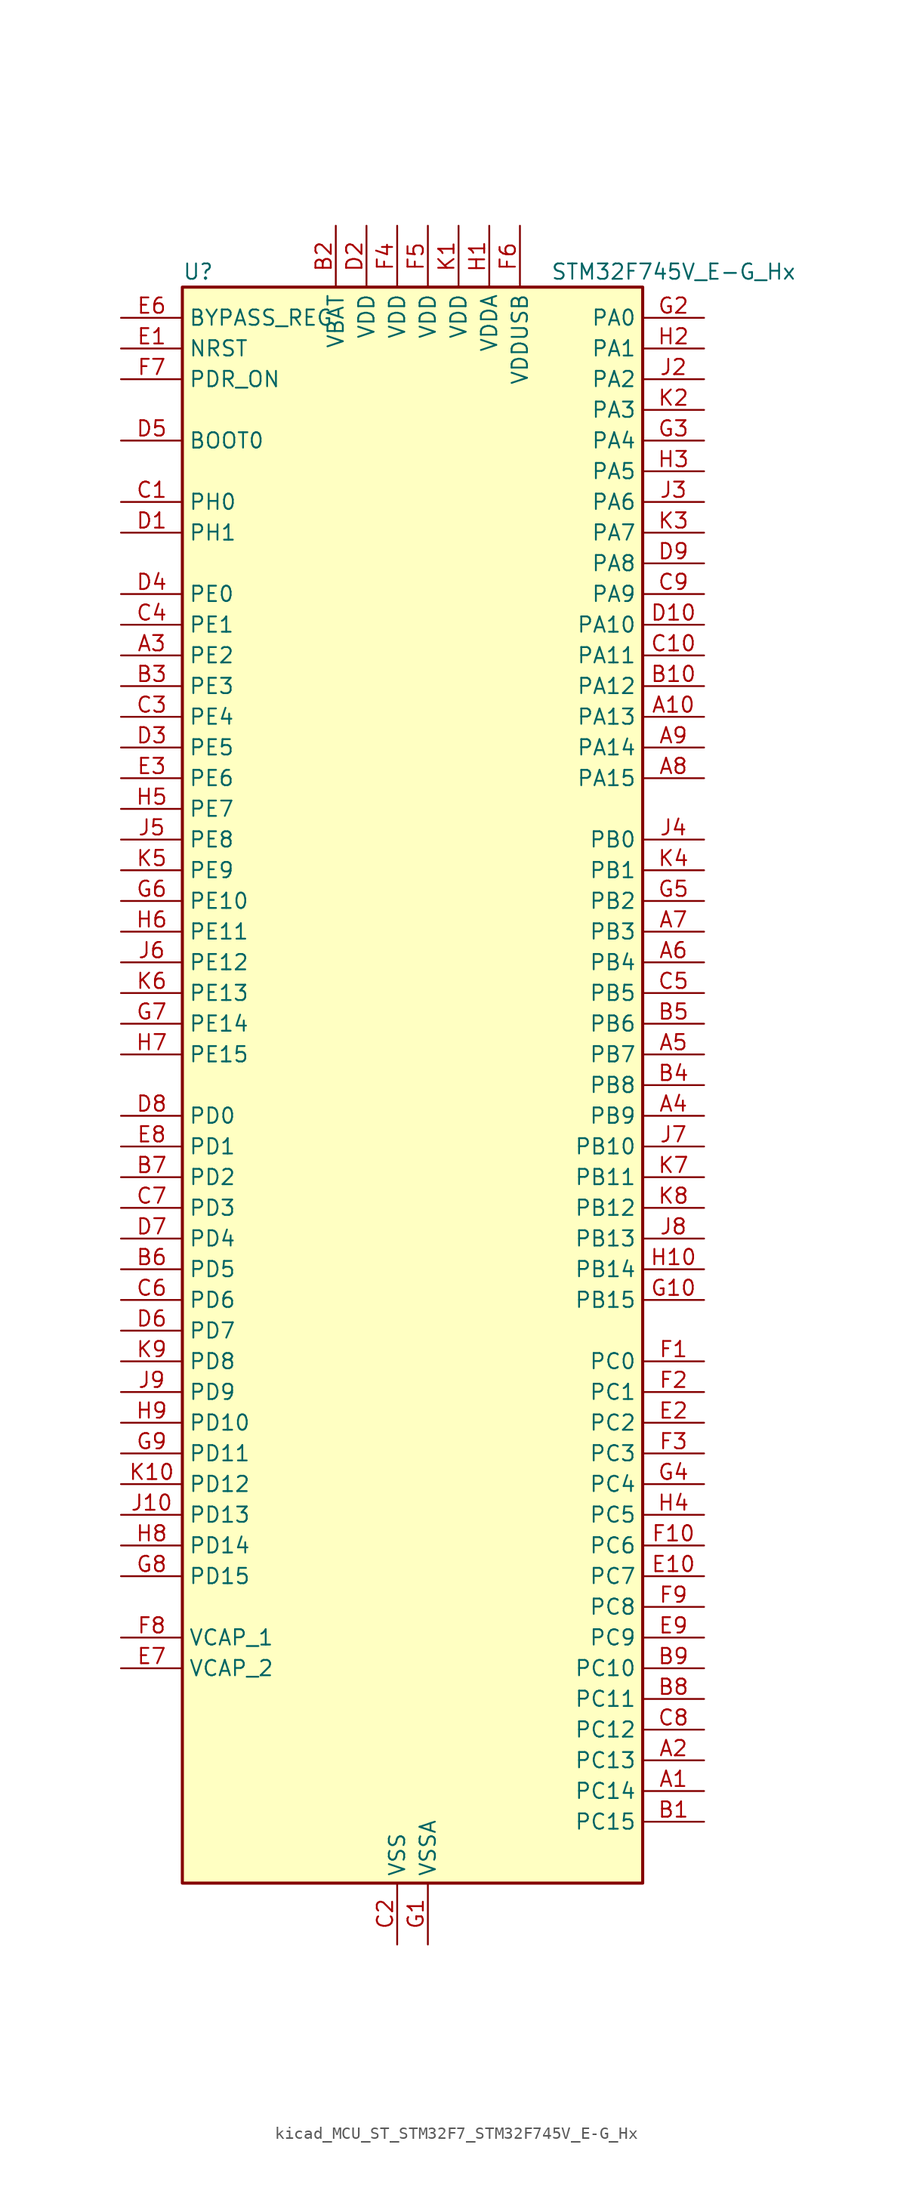
<source format=kicad_sym>
(kicad_symbol_lib
  (version 20220914)
  (generator kicad_symbol_editor)
  (symbol "kicad_MCU_ST_STM32F7_STM32F745V_E-G_Hx"
    (property "Reference" "U"
      (at -17.78 67.31 0)
      (effects (font (size 1.27 1.27)) (justify left)))
    (property "Value" "STM32F745V_E-G_Hx"
      (at 12.7 67.31 0)
      (effects (font (size 1.27 1.27)) (justify left)))
    (property "ki_locked" ""
      (at 0 0 0)
      (effects (font (size 1.27 1.27))))
    (symbol "kicad_MCU_ST_STM32F7_STM32F745V_E-G_Hx_0_1"
      (rectangle (start -17.78 -66.04) (end 20.32 66.04) (stroke (width 0.254) (type default)) (fill (type background))))
    (symbol "kicad_MCU_ST_STM32F7_STM32F745V_E-G_Hx_1_1"
      (pin bidirectional line (at 25.4 -58.42 180) (length 5.08) (name "PC14" (effects (font (size 1.27 1.27)))) (number "A1" (effects (font (size 1.27 1.27)))) (alternate "RCC_OSC32_IN" bidirectional line))
      (pin bidirectional line (at 25.4 30.48 180) (length 5.08) (name "PA13" (effects (font (size 1.27 1.27)))) (number "A10" (effects (font (size 1.27 1.27)))) (alternate "SYS_JTMS-SWDIO" bidirectional line))
      (pin bidirectional line (at 25.4 -55.88 180) (length 5.08) (name "PC13" (effects (font (size 1.27 1.27)))) (number "A2" (effects (font (size 1.27 1.27)))) (alternate "RTC_OUT" bidirectional line) (alternate "RTC_TAMP1" bidirectional line) (alternate "RTC_TS" bidirectional line) (alternate "SYS_WKUP4" bidirectional line))
      (pin bidirectional line (at -22.86 35.56 0) (length 5.08) (name "PE2" (effects (font (size 1.27 1.27)))) (number "A3" (effects (font (size 1.27 1.27)))) (alternate "ETH_TXD3" bidirectional line) (alternate "FMC_A23" bidirectional line) (alternate "QUADSPI_BK1_IO2" bidirectional line) (alternate "SAI1_MCLK_A" bidirectional line) (alternate "SPI4_SCK" bidirectional line) (alternate "SYS_TRACECLK" bidirectional line))
      (pin bidirectional line (at 25.4 -2.54 180) (length 5.08) (name "PB9" (effects (font (size 1.27 1.27)))) (number "A4" (effects (font (size 1.27 1.27)))) (alternate "CAN1_TX" bidirectional line) (alternate "DAC_EXTI9" bidirectional line) (alternate "DCMI_D7" bidirectional line) (alternate "I2C1_SDA" bidirectional line) (alternate "I2S2_WS" bidirectional line) (alternate "SDMMC1_D5" bidirectional line) (alternate "SPI2_NSS" bidirectional line) (alternate "TIM11_CH1" bidirectional line) (alternate "TIM4_CH4" bidirectional line))
      (pin bidirectional line (at 25.4 2.54 180) (length 5.08) (name "PB7" (effects (font (size 1.27 1.27)))) (number "A5" (effects (font (size 1.27 1.27)))) (alternate "DCMI_VSYNC" bidirectional line) (alternate "FMC_NL" bidirectional line) (alternate "I2C1_SDA" bidirectional line) (alternate "TIM4_CH2" bidirectional line) (alternate "USART1_RX" bidirectional line))
      (pin bidirectional line (at 25.4 10.16 180) (length 5.08) (name "PB4" (effects (font (size 1.27 1.27)))) (number "A6" (effects (font (size 1.27 1.27)))) (alternate "I2S2_WS" bidirectional line) (alternate "SPI1_MISO" bidirectional line) (alternate "SPI2_NSS" bidirectional line) (alternate "SPI3_MISO" bidirectional line) (alternate "SYS_JTRST" bidirectional line) (alternate "TIM3_CH1" bidirectional line))
      (pin bidirectional line (at 25.4 12.7 180) (length 5.08) (name "PB3" (effects (font (size 1.27 1.27)))) (number "A7" (effects (font (size 1.27 1.27)))) (alternate "I2S1_CK" bidirectional line) (alternate "I2S3_CK" bidirectional line) (alternate "SPI1_SCK" bidirectional line) (alternate "SPI3_SCK" bidirectional line) (alternate "SYS_JTDO-SWO" bidirectional line) (alternate "TIM2_CH2" bidirectional line))
      (pin bidirectional line (at 25.4 25.4 180) (length 5.08) (name "PA15" (effects (font (size 1.27 1.27)))) (number "A8" (effects (font (size 1.27 1.27)))) (alternate "CEC" bidirectional line) (alternate "I2S1_WS" bidirectional line) (alternate "I2S3_WS" bidirectional line) (alternate "SPI1_NSS" bidirectional line) (alternate "SPI3_NSS" bidirectional line) (alternate "SYS_JTDI" bidirectional line) (alternate "TIM2_CH1" bidirectional line) (alternate "TIM2_ETR" bidirectional line) (alternate "UART4_DE" bidirectional line) (alternate "UART4_RTS" bidirectional line))
      (pin bidirectional line (at 25.4 27.94 180) (length 5.08) (name "PA14" (effects (font (size 1.27 1.27)))) (number "A9" (effects (font (size 1.27 1.27)))) (alternate "SYS_JTCK-SWCLK" bidirectional line))
      (pin bidirectional line (at 25.4 -60.96 180) (length 5.08) (name "PC15" (effects (font (size 1.27 1.27)))) (number "B1" (effects (font (size 1.27 1.27)))) (alternate "RCC_OSC32_OUT" bidirectional line))
      (pin bidirectional line (at 25.4 33.02 180) (length 5.08) (name "PA12" (effects (font (size 1.27 1.27)))) (number "B10" (effects (font (size 1.27 1.27)))) (alternate "CAN1_TX" bidirectional line) (alternate "SAI2_FS_B" bidirectional line) (alternate "TIM1_ETR" bidirectional line) (alternate "USART1_DE" bidirectional line) (alternate "USART1_RTS" bidirectional line) (alternate "USB_OTG_FS_DP" bidirectional line))
      (pin power_in line (at -5.08 71.12 270) (length 5.08) (name "VBAT" (effects (font (size 1.27 1.27)))) (number "B2" (effects (font (size 1.27 1.27)))))
      (pin bidirectional line (at -22.86 33.02 0) (length 5.08) (name "PE3" (effects (font (size 1.27 1.27)))) (number "B3" (effects (font (size 1.27 1.27)))) (alternate "FMC_A19" bidirectional line) (alternate "SAI1_SD_B" bidirectional line) (alternate "SYS_TRACED0" bidirectional line))
      (pin bidirectional line (at 25.4 0 180) (length 5.08) (name "PB8" (effects (font (size 1.27 1.27)))) (number "B4" (effects (font (size 1.27 1.27)))) (alternate "CAN1_RX" bidirectional line) (alternate "DCMI_D6" bidirectional line) (alternate "ETH_TXD3" bidirectional line) (alternate "I2C1_SCL" bidirectional line) (alternate "SDMMC1_D4" bidirectional line) (alternate "TIM10_CH1" bidirectional line) (alternate "TIM4_CH3" bidirectional line))
      (pin bidirectional line (at 25.4 5.08 180) (length 5.08) (name "PB6" (effects (font (size 1.27 1.27)))) (number "B5" (effects (font (size 1.27 1.27)))) (alternate "CAN2_TX" bidirectional line) (alternate "CEC" bidirectional line) (alternate "DCMI_D5" bidirectional line) (alternate "FMC_SDNE1" bidirectional line) (alternate "I2C1_SCL" bidirectional line) (alternate "QUADSPI_BK1_NCS" bidirectional line) (alternate "TIM4_CH1" bidirectional line) (alternate "USART1_TX" bidirectional line))
      (pin bidirectional line (at -22.86 -15.24 0) (length 5.08) (name "PD5" (effects (font (size 1.27 1.27)))) (number "B6" (effects (font (size 1.27 1.27)))) (alternate "FMC_NWE" bidirectional line) (alternate "USART2_TX" bidirectional line))
      (pin bidirectional line (at -22.86 -7.62 0) (length 5.08) (name "PD2" (effects (font (size 1.27 1.27)))) (number "B7" (effects (font (size 1.27 1.27)))) (alternate "DCMI_D11" bidirectional line) (alternate "SDMMC1_CMD" bidirectional line) (alternate "SYS_TRACED2" bidirectional line) (alternate "TIM3_ETR" bidirectional line) (alternate "UART5_RX" bidirectional line))
      (pin bidirectional line (at 25.4 -50.8 180) (length 5.08) (name "PC11" (effects (font (size 1.27 1.27)))) (number "B8" (effects (font (size 1.27 1.27)))) (alternate "ADC1_EXTI11" bidirectional line) (alternate "ADC2_EXTI11" bidirectional line) (alternate "ADC3_EXTI11" bidirectional line) (alternate "DCMI_D4" bidirectional line) (alternate "QUADSPI_BK2_NCS" bidirectional line) (alternate "SDMMC1_D3" bidirectional line) (alternate "SPI3_MISO" bidirectional line) (alternate "UART4_RX" bidirectional line) (alternate "USART3_RX" bidirectional line))
      (pin bidirectional line (at 25.4 -48.26 180) (length 5.08) (name "PC10" (effects (font (size 1.27 1.27)))) (number "B9" (effects (font (size 1.27 1.27)))) (alternate "DCMI_D8" bidirectional line) (alternate "I2S3_CK" bidirectional line) (alternate "QUADSPI_BK1_IO1" bidirectional line) (alternate "SDMMC1_D2" bidirectional line) (alternate "SPI3_SCK" bidirectional line) (alternate "UART4_TX" bidirectional line) (alternate "USART3_TX" bidirectional line))
      (pin bidirectional line (at -22.86 48.26 0) (length 5.08) (name "PH0" (effects (font (size 1.27 1.27)))) (number "C1" (effects (font (size 1.27 1.27)))) (alternate "RCC_OSC_IN" bidirectional line))
      (pin bidirectional line (at 25.4 35.56 180) (length 5.08) (name "PA11" (effects (font (size 1.27 1.27)))) (number "C10" (effects (font (size 1.27 1.27)))) (alternate "ADC1_EXTI11" bidirectional line) (alternate "ADC2_EXTI11" bidirectional line) (alternate "ADC3_EXTI11" bidirectional line) (alternate "CAN1_RX" bidirectional line) (alternate "TIM1_CH4" bidirectional line) (alternate "USART1_CTS" bidirectional line) (alternate "USB_OTG_FS_DM" bidirectional line))
      (pin power_in line (at 0 -71.12 90) (length 5.08) (name "VSS" (effects (font (size 1.27 1.27)))) (number "C2" (effects (font (size 1.27 1.27)))))
      (pin bidirectional line (at -22.86 30.48 0) (length 5.08) (name "PE4" (effects (font (size 1.27 1.27)))) (number "C3" (effects (font (size 1.27 1.27)))) (alternate "DCMI_D4" bidirectional line) (alternate "FMC_A20" bidirectional line) (alternate "SAI1_FS_A" bidirectional line) (alternate "SPI4_NSS" bidirectional line) (alternate "SYS_TRACED1" bidirectional line))
      (pin bidirectional line (at -22.86 38.1 0) (length 5.08) (name "PE1" (effects (font (size 1.27 1.27)))) (number "C4" (effects (font (size 1.27 1.27)))) (alternate "DCMI_D3" bidirectional line) (alternate "FMC_NBL1" bidirectional line) (alternate "LPTIM1_IN2" bidirectional line) (alternate "UART8_TX" bidirectional line))
      (pin bidirectional line (at 25.4 7.62 180) (length 5.08) (name "PB5" (effects (font (size 1.27 1.27)))) (number "C5" (effects (font (size 1.27 1.27)))) (alternate "CAN2_RX" bidirectional line) (alternate "DCMI_D10" bidirectional line) (alternate "ETH_PPS_OUT" bidirectional line) (alternate "FMC_SDCKE1" bidirectional line) (alternate "I2C1_SMBA" bidirectional line) (alternate "I2S1_SD" bidirectional line) (alternate "I2S3_SD" bidirectional line) (alternate "SPI1_MOSI" bidirectional line) (alternate "SPI3_MOSI" bidirectional line) (alternate "TIM3_CH2" bidirectional line) (alternate "USB_OTG_HS_ULPI_D7" bidirectional line))
      (pin bidirectional line (at -22.86 -17.78 0) (length 5.08) (name "PD6" (effects (font (size 1.27 1.27)))) (number "C6" (effects (font (size 1.27 1.27)))) (alternate "DCMI_D10" bidirectional line) (alternate "FMC_NWAIT" bidirectional line) (alternate "I2S3_SD" bidirectional line) (alternate "SAI1_SD_A" bidirectional line) (alternate "SPI3_MOSI" bidirectional line) (alternate "USART2_RX" bidirectional line))
      (pin bidirectional line (at -22.86 -10.16 0) (length 5.08) (name "PD3" (effects (font (size 1.27 1.27)))) (number "C7" (effects (font (size 1.27 1.27)))) (alternate "DCMI_D5" bidirectional line) (alternate "FMC_CLK" bidirectional line) (alternate "I2S2_CK" bidirectional line) (alternate "SPI2_SCK" bidirectional line) (alternate "USART2_CTS" bidirectional line))
      (pin bidirectional line (at 25.4 -53.34 180) (length 5.08) (name "PC12" (effects (font (size 1.27 1.27)))) (number "C8" (effects (font (size 1.27 1.27)))) (alternate "DCMI_D9" bidirectional line) (alternate "I2S3_SD" bidirectional line) (alternate "SDMMC1_CK" bidirectional line) (alternate "SPI3_MOSI" bidirectional line) (alternate "SYS_TRACED3" bidirectional line) (alternate "UART5_TX" bidirectional line) (alternate "USART3_CK" bidirectional line))
      (pin bidirectional line (at 25.4 40.64 180) (length 5.08) (name "PA9" (effects (font (size 1.27 1.27)))) (number "C9" (effects (font (size 1.27 1.27)))) (alternate "DAC_EXTI9" bidirectional line) (alternate "DCMI_D0" bidirectional line) (alternate "I2C3_SMBA" bidirectional line) (alternate "I2S2_CK" bidirectional line) (alternate "SPI2_SCK" bidirectional line) (alternate "TIM1_CH2" bidirectional line) (alternate "USART1_TX" bidirectional line) (alternate "USB_OTG_FS_VBUS" bidirectional line))
      (pin bidirectional line (at -22.86 45.72 0) (length 5.08) (name "PH1" (effects (font (size 1.27 1.27)))) (number "D1" (effects (font (size 1.27 1.27)))) (alternate "RCC_OSC_OUT" bidirectional line))
      (pin bidirectional line (at 25.4 38.1 180) (length 5.08) (name "PA10" (effects (font (size 1.27 1.27)))) (number "D10" (effects (font (size 1.27 1.27)))) (alternate "DCMI_D1" bidirectional line) (alternate "TIM1_CH3" bidirectional line) (alternate "USART1_RX" bidirectional line) (alternate "USB_OTG_FS_ID" bidirectional line))
      (pin power_in line (at -2.54 71.12 270) (length 5.08) (name "VDD" (effects (font (size 1.27 1.27)))) (number "D2" (effects (font (size 1.27 1.27)))))
      (pin bidirectional line (at -22.86 27.94 0) (length 5.08) (name "PE5" (effects (font (size 1.27 1.27)))) (number "D3" (effects (font (size 1.27 1.27)))) (alternate "DCMI_D6" bidirectional line) (alternate "FMC_A21" bidirectional line) (alternate "SAI1_SCK_A" bidirectional line) (alternate "SPI4_MISO" bidirectional line) (alternate "SYS_TRACED2" bidirectional line) (alternate "TIM9_CH1" bidirectional line))
      (pin bidirectional line (at -22.86 40.64 0) (length 5.08) (name "PE0" (effects (font (size 1.27 1.27)))) (number "D4" (effects (font (size 1.27 1.27)))) (alternate "DCMI_D2" bidirectional line) (alternate "FMC_NBL0" bidirectional line) (alternate "LPTIM1_ETR" bidirectional line) (alternate "SAI2_MCLK_A" bidirectional line) (alternate "TIM4_ETR" bidirectional line) (alternate "UART8_RX" bidirectional line))
      (pin input line (at -22.86 53.34 0) (length 5.08) (name "BOOT0" (effects (font (size 1.27 1.27)))) (number "D5" (effects (font (size 1.27 1.27)))))
      (pin bidirectional line (at -22.86 -20.32 0) (length 5.08) (name "PD7" (effects (font (size 1.27 1.27)))) (number "D6" (effects (font (size 1.27 1.27)))) (alternate "FMC_NE1" bidirectional line) (alternate "SPDIFRX_IN0" bidirectional line) (alternate "USART2_CK" bidirectional line))
      (pin bidirectional line (at -22.86 -12.7 0) (length 5.08) (name "PD4" (effects (font (size 1.27 1.27)))) (number "D7" (effects (font (size 1.27 1.27)))) (alternate "FMC_NOE" bidirectional line) (alternate "USART2_DE" bidirectional line) (alternate "USART2_RTS" bidirectional line))
      (pin bidirectional line (at -22.86 -2.54 0) (length 5.08) (name "PD0" (effects (font (size 1.27 1.27)))) (number "D8" (effects (font (size 1.27 1.27)))) (alternate "CAN1_RX" bidirectional line) (alternate "FMC_D2" bidirectional line) (alternate "FMC_DA2" bidirectional line))
      (pin bidirectional line (at 25.4 43.18 180) (length 5.08) (name "PA8" (effects (font (size 1.27 1.27)))) (number "D9" (effects (font (size 1.27 1.27)))) (alternate "I2C3_SCL" bidirectional line) (alternate "RCC_MCO_1" bidirectional line) (alternate "TIM1_CH1" bidirectional line) (alternate "TIM8_BKIN2" bidirectional line) (alternate "USART1_CK" bidirectional line) (alternate "USB_OTG_FS_SOF" bidirectional line))
      (pin input line (at -22.86 60.96 0) (length 5.08) (name "NRST" (effects (font (size 1.27 1.27)))) (number "E1" (effects (font (size 1.27 1.27)))))
      (pin bidirectional line (at 25.4 -40.64 180) (length 5.08) (name "PC7" (effects (font (size 1.27 1.27)))) (number "E10" (effects (font (size 1.27 1.27)))) (alternate "DCMI_D1" bidirectional line) (alternate "I2S3_MCK" bidirectional line) (alternate "SDMMC1_D7" bidirectional line) (alternate "TIM3_CH2" bidirectional line) (alternate "TIM8_CH2" bidirectional line) (alternate "USART6_RX" bidirectional line))
      (pin bidirectional line (at 25.4 -27.94 180) (length 5.08) (name "PC2" (effects (font (size 1.27 1.27)))) (number "E2" (effects (font (size 1.27 1.27)))) (alternate "ADC1_IN12" bidirectional line) (alternate "ADC2_IN12" bidirectional line) (alternate "ADC3_IN12" bidirectional line) (alternate "ETH_TXD2" bidirectional line) (alternate "FMC_SDNE0" bidirectional line) (alternate "SPI2_MISO" bidirectional line) (alternate "USB_OTG_HS_ULPI_DIR" bidirectional line))
      (pin bidirectional line (at -22.86 25.4 0) (length 5.08) (name "PE6" (effects (font (size 1.27 1.27)))) (number "E3" (effects (font (size 1.27 1.27)))) (alternate "DCMI_D7" bidirectional line) (alternate "FMC_A22" bidirectional line) (alternate "SAI1_SD_A" bidirectional line) (alternate "SAI2_MCLK_B" bidirectional line) (alternate "SPI4_MOSI" bidirectional line) (alternate "SYS_TRACED3" bidirectional line) (alternate "TIM1_BKIN2" bidirectional line) (alternate "TIM9_CH2" bidirectional line))
      (pin passive line (at 0 -71.12 90) (length 5.08) hide (name "VSS" (effects (font (size 1.27 1.27)))) (number "E4" (effects (font (size 1.27 1.27)))))
      (pin passive line (at 0 -71.12 90) (length 5.08) hide (name "VSS" (effects (font (size 1.27 1.27)))) (number "E5" (effects (font (size 1.27 1.27)))))
      (pin input line (at -22.86 63.5 0) (length 5.08) (name "BYPASS_REG" (effects (font (size 1.27 1.27)))) (number "E6" (effects (font (size 1.27 1.27)))))
      (pin power_out line (at -22.86 -48.26 0) (length 5.08) (name "VCAP_2" (effects (font (size 1.27 1.27)))) (number "E7" (effects (font (size 1.27 1.27)))))
      (pin bidirectional line (at -22.86 -5.08 0) (length 5.08) (name "PD1" (effects (font (size 1.27 1.27)))) (number "E8" (effects (font (size 1.27 1.27)))) (alternate "CAN1_TX" bidirectional line) (alternate "FMC_D3" bidirectional line) (alternate "FMC_DA3" bidirectional line))
      (pin bidirectional line (at 25.4 -45.72 180) (length 5.08) (name "PC9" (effects (font (size 1.27 1.27)))) (number "E9" (effects (font (size 1.27 1.27)))) (alternate "DAC_EXTI9" bidirectional line) (alternate "DCMI_D3" bidirectional line) (alternate "I2C3_SDA" bidirectional line) (alternate "I2S_CKIN" bidirectional line) (alternate "QUADSPI_BK1_IO0" bidirectional line) (alternate "RCC_MCO_2" bidirectional line) (alternate "SDMMC1_D1" bidirectional line) (alternate "TIM3_CH4" bidirectional line) (alternate "TIM8_CH4" bidirectional line) (alternate "UART5_CTS" bidirectional line))
      (pin bidirectional line (at 25.4 -22.86 180) (length 5.08) (name "PC0" (effects (font (size 1.27 1.27)))) (number "F1" (effects (font (size 1.27 1.27)))) (alternate "ADC1_IN10" bidirectional line) (alternate "ADC2_IN10" bidirectional line) (alternate "ADC3_IN10" bidirectional line) (alternate "FMC_SDNWE" bidirectional line) (alternate "SAI2_FS_B" bidirectional line) (alternate "USB_OTG_HS_ULPI_STP" bidirectional line))
      (pin bidirectional line (at 25.4 -38.1 180) (length 5.08) (name "PC6" (effects (font (size 1.27 1.27)))) (number "F10" (effects (font (size 1.27 1.27)))) (alternate "DCMI_D0" bidirectional line) (alternate "I2S2_MCK" bidirectional line) (alternate "SDMMC1_D6" bidirectional line) (alternate "TIM3_CH1" bidirectional line) (alternate "TIM8_CH1" bidirectional line) (alternate "USART6_TX" bidirectional line))
      (pin bidirectional line (at 25.4 -25.4 180) (length 5.08) (name "PC1" (effects (font (size 1.27 1.27)))) (number "F2" (effects (font (size 1.27 1.27)))) (alternate "ADC1_IN11" bidirectional line) (alternate "ADC2_IN11" bidirectional line) (alternate "ADC3_IN11" bidirectional line) (alternate "ETH_MDC" bidirectional line) (alternate "I2S2_SD" bidirectional line) (alternate "RTC_TAMP3" bidirectional line) (alternate "RTC_TS" bidirectional line) (alternate "SAI1_SD_A" bidirectional line) (alternate "SPI2_MOSI" bidirectional line) (alternate "SYS_TRACED0" bidirectional line) (alternate "SYS_WKUP3" bidirectional line))
      (pin bidirectional line (at 25.4 -30.48 180) (length 5.08) (name "PC3" (effects (font (size 1.27 1.27)))) (number "F3" (effects (font (size 1.27 1.27)))) (alternate "ADC1_IN13" bidirectional line) (alternate "ADC2_IN13" bidirectional line) (alternate "ADC3_IN13" bidirectional line) (alternate "ETH_TX_CLK" bidirectional line) (alternate "FMC_SDCKE0" bidirectional line) (alternate "I2S2_SD" bidirectional line) (alternate "SPI2_MOSI" bidirectional line) (alternate "USB_OTG_HS_ULPI_NXT" bidirectional line))
      (pin power_in line (at 0 71.12 270) (length 5.08) (name "VDD" (effects (font (size 1.27 1.27)))) (number "F4" (effects (font (size 1.27 1.27)))))
      (pin power_in line (at 2.54 71.12 270) (length 5.08) (name "VDD" (effects (font (size 1.27 1.27)))) (number "F5" (effects (font (size 1.27 1.27)))))
      (pin power_in line (at 10.16 71.12 270) (length 5.08) (name "VDDUSB" (effects (font (size 1.27 1.27)))) (number "F6" (effects (font (size 1.27 1.27)))))
      (pin input line (at -22.86 58.42 0) (length 5.08) (name "PDR_ON" (effects (font (size 1.27 1.27)))) (number "F7" (effects (font (size 1.27 1.27)))))
      (pin power_out line (at -22.86 -45.72 0) (length 5.08) (name "VCAP_1" (effects (font (size 1.27 1.27)))) (number "F8" (effects (font (size 1.27 1.27)))))
      (pin bidirectional line (at 25.4 -43.18 180) (length 5.08) (name "PC8" (effects (font (size 1.27 1.27)))) (number "F9" (effects (font (size 1.27 1.27)))) (alternate "DCMI_D2" bidirectional line) (alternate "SDMMC1_D0" bidirectional line) (alternate "SYS_TRACED1" bidirectional line) (alternate "TIM3_CH3" bidirectional line) (alternate "TIM8_CH3" bidirectional line) (alternate "UART5_DE" bidirectional line) (alternate "UART5_RTS" bidirectional line) (alternate "USART6_CK" bidirectional line))
      (pin power_in line (at 2.54 -71.12 90) (length 5.08) (name "VSSA" (effects (font (size 1.27 1.27)))) (number "G1" (effects (font (size 1.27 1.27)))))
      (pin bidirectional line (at 25.4 -17.78 180) (length 5.08) (name "PB15" (effects (font (size 1.27 1.27)))) (number "G10" (effects (font (size 1.27 1.27)))) (alternate "I2S2_SD" bidirectional line) (alternate "RTC_REFIN" bidirectional line) (alternate "SPI2_MOSI" bidirectional line) (alternate "TIM12_CH2" bidirectional line) (alternate "TIM1_CH3N" bidirectional line) (alternate "TIM8_CH3N" bidirectional line) (alternate "USB_OTG_HS_DP" bidirectional line))
      (pin bidirectional line (at 25.4 63.5 180) (length 5.08) (name "PA0" (effects (font (size 1.27 1.27)))) (number "G2" (effects (font (size 1.27 1.27)))) (alternate "ADC1_IN0" bidirectional line) (alternate "ADC2_IN0" bidirectional line) (alternate "ADC3_IN0" bidirectional line) (alternate "ETH_CRS" bidirectional line) (alternate "SAI2_SD_B" bidirectional line) (alternate "SYS_WKUP1" bidirectional line) (alternate "TIM2_CH1" bidirectional line) (alternate "TIM2_ETR" bidirectional line) (alternate "TIM5_CH1" bidirectional line) (alternate "TIM8_ETR" bidirectional line) (alternate "UART4_TX" bidirectional line) (alternate "USART2_CTS" bidirectional line))
      (pin bidirectional line (at 25.4 53.34 180) (length 5.08) (name "PA4" (effects (font (size 1.27 1.27)))) (number "G3" (effects (font (size 1.27 1.27)))) (alternate "ADC1_IN4" bidirectional line) (alternate "ADC2_IN4" bidirectional line) (alternate "DAC_OUT1" bidirectional line) (alternate "DCMI_HSYNC" bidirectional line) (alternate "I2S1_WS" bidirectional line) (alternate "I2S3_WS" bidirectional line) (alternate "SPI1_NSS" bidirectional line) (alternate "SPI3_NSS" bidirectional line) (alternate "USART2_CK" bidirectional line) (alternate "USB_OTG_HS_SOF" bidirectional line))
      (pin bidirectional line (at 25.4 -33.02 180) (length 5.08) (name "PC4" (effects (font (size 1.27 1.27)))) (number "G4" (effects (font (size 1.27 1.27)))) (alternate "ADC1_IN14" bidirectional line) (alternate "ADC2_IN14" bidirectional line) (alternate "ETH_RXD0" bidirectional line) (alternate "FMC_SDNE0" bidirectional line) (alternate "I2S1_MCK" bidirectional line) (alternate "SPDIFRX_IN2" bidirectional line))
      (pin bidirectional line (at 25.4 15.24 180) (length 5.08) (name "PB2" (effects (font (size 1.27 1.27)))) (number "G5" (effects (font (size 1.27 1.27)))) (alternate "I2S3_SD" bidirectional line) (alternate "QUADSPI_CLK" bidirectional line) (alternate "SAI1_SD_A" bidirectional line) (alternate "SPI3_MOSI" bidirectional line))
      (pin bidirectional line (at -22.86 15.24 0) (length 5.08) (name "PE10" (effects (font (size 1.27 1.27)))) (number "G6" (effects (font (size 1.27 1.27)))) (alternate "FMC_D7" bidirectional line) (alternate "FMC_DA7" bidirectional line) (alternate "QUADSPI_BK2_IO3" bidirectional line) (alternate "TIM1_CH2N" bidirectional line) (alternate "UART7_CTS" bidirectional line))
      (pin bidirectional line (at -22.86 5.08 0) (length 5.08) (name "PE14" (effects (font (size 1.27 1.27)))) (number "G7" (effects (font (size 1.27 1.27)))) (alternate "FMC_D11" bidirectional line) (alternate "FMC_DA11" bidirectional line) (alternate "SAI2_MCLK_B" bidirectional line) (alternate "SPI4_MOSI" bidirectional line) (alternate "TIM1_CH4" bidirectional line))
      (pin bidirectional line (at -22.86 -40.64 0) (length 5.08) (name "PD15" (effects (font (size 1.27 1.27)))) (number "G8" (effects (font (size 1.27 1.27)))) (alternate "FMC_D1" bidirectional line) (alternate "FMC_DA1" bidirectional line) (alternate "TIM4_CH4" bidirectional line) (alternate "UART8_DE" bidirectional line) (alternate "UART8_RTS" bidirectional line))
      (pin bidirectional line (at -22.86 -30.48 0) (length 5.08) (name "PD11" (effects (font (size 1.27 1.27)))) (number "G9" (effects (font (size 1.27 1.27)))) (alternate "ADC1_EXTI11" bidirectional line) (alternate "ADC2_EXTI11" bidirectional line) (alternate "ADC3_EXTI11" bidirectional line) (alternate "FMC_A16" bidirectional line) (alternate "FMC_CLE" bidirectional line) (alternate "I2C4_SMBA" bidirectional line) (alternate "QUADSPI_BK1_IO0" bidirectional line) (alternate "SAI2_SD_A" bidirectional line) (alternate "USART3_CTS" bidirectional line))
      (pin power_in line (at 7.62 71.12 270) (length 5.08) (name "VDDA" (effects (font (size 1.27 1.27)))) (number "H1" (effects (font (size 1.27 1.27)))))
      (pin bidirectional line (at 25.4 -15.24 180) (length 5.08) (name "PB14" (effects (font (size 1.27 1.27)))) (number "H10" (effects (font (size 1.27 1.27)))) (alternate "SPI2_MISO" bidirectional line) (alternate "TIM12_CH1" bidirectional line) (alternate "TIM1_CH2N" bidirectional line) (alternate "TIM8_CH2N" bidirectional line) (alternate "USART3_DE" bidirectional line) (alternate "USART3_RTS" bidirectional line) (alternate "USB_OTG_HS_DM" bidirectional line))
      (pin bidirectional line (at 25.4 60.96 180) (length 5.08) (name "PA1" (effects (font (size 1.27 1.27)))) (number "H2" (effects (font (size 1.27 1.27)))) (alternate "ADC1_IN1" bidirectional line) (alternate "ADC2_IN1" bidirectional line) (alternate "ADC3_IN1" bidirectional line) (alternate "ETH_REF_CLK" bidirectional line) (alternate "ETH_RX_CLK" bidirectional line) (alternate "QUADSPI_BK1_IO3" bidirectional line) (alternate "SAI2_MCLK_B" bidirectional line) (alternate "TIM2_CH2" bidirectional line) (alternate "TIM5_CH2" bidirectional line) (alternate "UART4_RX" bidirectional line) (alternate "USART2_DE" bidirectional line) (alternate "USART2_RTS" bidirectional line))
      (pin bidirectional line (at 25.4 50.8 180) (length 5.08) (name "PA5" (effects (font (size 1.27 1.27)))) (number "H3" (effects (font (size 1.27 1.27)))) (alternate "ADC1_IN5" bidirectional line) (alternate "ADC2_IN5" bidirectional line) (alternate "DAC_OUT2" bidirectional line) (alternate "I2S1_CK" bidirectional line) (alternate "SPI1_SCK" bidirectional line) (alternate "TIM2_CH1" bidirectional line) (alternate "TIM2_ETR" bidirectional line) (alternate "TIM8_CH1N" bidirectional line) (alternate "USB_OTG_HS_ULPI_CK" bidirectional line))
      (pin bidirectional line (at 25.4 -35.56 180) (length 5.08) (name "PC5" (effects (font (size 1.27 1.27)))) (number "H4" (effects (font (size 1.27 1.27)))) (alternate "ADC1_IN15" bidirectional line) (alternate "ADC2_IN15" bidirectional line) (alternate "ETH_RXD1" bidirectional line) (alternate "FMC_SDCKE0" bidirectional line) (alternate "SPDIFRX_IN3" bidirectional line))
      (pin bidirectional line (at -22.86 22.86 0) (length 5.08) (name "PE7" (effects (font (size 1.27 1.27)))) (number "H5" (effects (font (size 1.27 1.27)))) (alternate "FMC_D4" bidirectional line) (alternate "FMC_DA4" bidirectional line) (alternate "QUADSPI_BK2_IO0" bidirectional line) (alternate "TIM1_ETR" bidirectional line) (alternate "UART7_RX" bidirectional line))
      (pin bidirectional line (at -22.86 12.7 0) (length 5.08) (name "PE11" (effects (font (size 1.27 1.27)))) (number "H6" (effects (font (size 1.27 1.27)))) (alternate "ADC1_EXTI11" bidirectional line) (alternate "ADC2_EXTI11" bidirectional line) (alternate "ADC3_EXTI11" bidirectional line) (alternate "FMC_D8" bidirectional line) (alternate "FMC_DA8" bidirectional line) (alternate "SAI2_SD_B" bidirectional line) (alternate "SPI4_NSS" bidirectional line) (alternate "TIM1_CH2" bidirectional line))
      (pin bidirectional line (at -22.86 2.54 0) (length 5.08) (name "PE15" (effects (font (size 1.27 1.27)))) (number "H7" (effects (font (size 1.27 1.27)))) (alternate "FMC_D12" bidirectional line) (alternate "FMC_DA12" bidirectional line) (alternate "TIM1_BKIN" bidirectional line))
      (pin bidirectional line (at -22.86 -38.1 0) (length 5.08) (name "PD14" (effects (font (size 1.27 1.27)))) (number "H8" (effects (font (size 1.27 1.27)))) (alternate "FMC_D0" bidirectional line) (alternate "FMC_DA0" bidirectional line) (alternate "TIM4_CH3" bidirectional line) (alternate "UART8_CTS" bidirectional line))
      (pin bidirectional line (at -22.86 -27.94 0) (length 5.08) (name "PD10" (effects (font (size 1.27 1.27)))) (number "H9" (effects (font (size 1.27 1.27)))) (alternate "FMC_D15" bidirectional line) (alternate "FMC_DA15" bidirectional line) (alternate "USART3_CK" bidirectional line))
      (pin passive line (at 0 -71.12 90) (length 5.08) hide (name "VSS" (effects (font (size 1.27 1.27)))) (number "J1" (effects (font (size 1.27 1.27)))))
      (pin bidirectional line (at -22.86 -35.56 0) (length 5.08) (name "PD13" (effects (font (size 1.27 1.27)))) (number "J10" (effects (font (size 1.27 1.27)))) (alternate "FMC_A18" bidirectional line) (alternate "I2C4_SDA" bidirectional line) (alternate "LPTIM1_OUT" bidirectional line) (alternate "QUADSPI_BK1_IO3" bidirectional line) (alternate "SAI2_SCK_A" bidirectional line) (alternate "TIM4_CH2" bidirectional line))
      (pin bidirectional line (at 25.4 58.42 180) (length 5.08) (name "PA2" (effects (font (size 1.27 1.27)))) (number "J2" (effects (font (size 1.27 1.27)))) (alternate "ADC1_IN2" bidirectional line) (alternate "ADC2_IN2" bidirectional line) (alternate "ADC3_IN2" bidirectional line) (alternate "ETH_MDIO" bidirectional line) (alternate "SAI2_SCK_B" bidirectional line) (alternate "SYS_WKUP2" bidirectional line) (alternate "TIM2_CH3" bidirectional line) (alternate "TIM5_CH3" bidirectional line) (alternate "TIM9_CH1" bidirectional line) (alternate "USART2_TX" bidirectional line))
      (pin bidirectional line (at 25.4 48.26 180) (length 5.08) (name "PA6" (effects (font (size 1.27 1.27)))) (number "J3" (effects (font (size 1.27 1.27)))) (alternate "ADC1_IN6" bidirectional line) (alternate "ADC2_IN6" bidirectional line) (alternate "DCMI_PIXCLK" bidirectional line) (alternate "SPI1_MISO" bidirectional line) (alternate "TIM13_CH1" bidirectional line) (alternate "TIM1_BKIN" bidirectional line) (alternate "TIM3_CH1" bidirectional line) (alternate "TIM8_BKIN" bidirectional line))
      (pin bidirectional line (at 25.4 20.32 180) (length 5.08) (name "PB0" (effects (font (size 1.27 1.27)))) (number "J4" (effects (font (size 1.27 1.27)))) (alternate "ADC1_IN8" bidirectional line) (alternate "ADC2_IN8" bidirectional line) (alternate "ETH_RXD2" bidirectional line) (alternate "TIM1_CH2N" bidirectional line) (alternate "TIM3_CH3" bidirectional line) (alternate "TIM8_CH2N" bidirectional line) (alternate "UART4_CTS" bidirectional line) (alternate "USB_OTG_HS_ULPI_D1" bidirectional line))
      (pin bidirectional line (at -22.86 20.32 0) (length 5.08) (name "PE8" (effects (font (size 1.27 1.27)))) (number "J5" (effects (font (size 1.27 1.27)))) (alternate "FMC_D5" bidirectional line) (alternate "FMC_DA5" bidirectional line) (alternate "QUADSPI_BK2_IO1" bidirectional line) (alternate "TIM1_CH1N" bidirectional line) (alternate "UART7_TX" bidirectional line))
      (pin bidirectional line (at -22.86 10.16 0) (length 5.08) (name "PE12" (effects (font (size 1.27 1.27)))) (number "J6" (effects (font (size 1.27 1.27)))) (alternate "FMC_D9" bidirectional line) (alternate "FMC_DA9" bidirectional line) (alternate "SAI2_SCK_B" bidirectional line) (alternate "SPI4_SCK" bidirectional line) (alternate "TIM1_CH3N" bidirectional line))
      (pin bidirectional line (at 25.4 -5.08 180) (length 5.08) (name "PB10" (effects (font (size 1.27 1.27)))) (number "J7" (effects (font (size 1.27 1.27)))) (alternate "ETH_RX_ER" bidirectional line) (alternate "I2C2_SCL" bidirectional line) (alternate "I2S2_CK" bidirectional line) (alternate "SPI2_SCK" bidirectional line) (alternate "TIM2_CH3" bidirectional line) (alternate "USART3_TX" bidirectional line) (alternate "USB_OTG_HS_ULPI_D3" bidirectional line))
      (pin bidirectional line (at 25.4 -12.7 180) (length 5.08) (name "PB13" (effects (font (size 1.27 1.27)))) (number "J8" (effects (font (size 1.27 1.27)))) (alternate "CAN2_TX" bidirectional line) (alternate "ETH_TXD1" bidirectional line) (alternate "I2S2_CK" bidirectional line) (alternate "SPI2_SCK" bidirectional line) (alternate "TIM1_CH1N" bidirectional line) (alternate "USART3_CTS" bidirectional line) (alternate "USB_OTG_HS_ULPI_D6" bidirectional line) (alternate "USB_OTG_HS_VBUS" bidirectional line))
      (pin bidirectional line (at -22.86 -25.4 0) (length 5.08) (name "PD9" (effects (font (size 1.27 1.27)))) (number "J9" (effects (font (size 1.27 1.27)))) (alternate "DAC_EXTI9" bidirectional line) (alternate "FMC_D14" bidirectional line) (alternate "FMC_DA14" bidirectional line) (alternate "USART3_RX" bidirectional line))
      (pin power_in line (at 5.08 71.12 270) (length 5.08) (name "VDD" (effects (font (size 1.27 1.27)))) (number "K1" (effects (font (size 1.27 1.27)))))
      (pin bidirectional line (at -22.86 -33.02 0) (length 5.08) (name "PD12" (effects (font (size 1.27 1.27)))) (number "K10" (effects (font (size 1.27 1.27)))) (alternate "FMC_A17" bidirectional line) (alternate "FMC_ALE" bidirectional line) (alternate "I2C4_SCL" bidirectional line) (alternate "LPTIM1_IN1" bidirectional line) (alternate "QUADSPI_BK1_IO1" bidirectional line) (alternate "SAI2_FS_A" bidirectional line) (alternate "TIM4_CH1" bidirectional line) (alternate "USART3_DE" bidirectional line) (alternate "USART3_RTS" bidirectional line))
      (pin bidirectional line (at 25.4 55.88 180) (length 5.08) (name "PA3" (effects (font (size 1.27 1.27)))) (number "K2" (effects (font (size 1.27 1.27)))) (alternate "ADC1_IN3" bidirectional line) (alternate "ADC2_IN3" bidirectional line) (alternate "ADC3_IN3" bidirectional line) (alternate "ETH_COL" bidirectional line) (alternate "TIM2_CH4" bidirectional line) (alternate "TIM5_CH4" bidirectional line) (alternate "TIM9_CH2" bidirectional line) (alternate "USART2_RX" bidirectional line) (alternate "USB_OTG_HS_ULPI_D0" bidirectional line))
      (pin bidirectional line (at 25.4 45.72 180) (length 5.08) (name "PA7" (effects (font (size 1.27 1.27)))) (number "K3" (effects (font (size 1.27 1.27)))) (alternate "ADC1_IN7" bidirectional line) (alternate "ADC2_IN7" bidirectional line) (alternate "ETH_CRS_DV" bidirectional line) (alternate "ETH_RX_DV" bidirectional line) (alternate "FMC_SDNWE" bidirectional line) (alternate "I2S1_SD" bidirectional line) (alternate "SPI1_MOSI" bidirectional line) (alternate "TIM14_CH1" bidirectional line) (alternate "TIM1_CH1N" bidirectional line) (alternate "TIM3_CH2" bidirectional line) (alternate "TIM8_CH1N" bidirectional line))
      (pin bidirectional line (at 25.4 17.78 180) (length 5.08) (name "PB1" (effects (font (size 1.27 1.27)))) (number "K4" (effects (font (size 1.27 1.27)))) (alternate "ADC1_IN9" bidirectional line) (alternate "ADC2_IN9" bidirectional line) (alternate "ETH_RXD3" bidirectional line) (alternate "TIM1_CH3N" bidirectional line) (alternate "TIM3_CH4" bidirectional line) (alternate "TIM8_CH3N" bidirectional line) (alternate "USB_OTG_HS_ULPI_D2" bidirectional line))
      (pin bidirectional line (at -22.86 17.78 0) (length 5.08) (name "PE9" (effects (font (size 1.27 1.27)))) (number "K5" (effects (font (size 1.27 1.27)))) (alternate "DAC_EXTI9" bidirectional line) (alternate "FMC_D6" bidirectional line) (alternate "FMC_DA6" bidirectional line) (alternate "QUADSPI_BK2_IO2" bidirectional line) (alternate "TIM1_CH1" bidirectional line) (alternate "UART7_DE" bidirectional line) (alternate "UART7_RTS" bidirectional line))
      (pin bidirectional line (at -22.86 7.62 0) (length 5.08) (name "PE13" (effects (font (size 1.27 1.27)))) (number "K6" (effects (font (size 1.27 1.27)))) (alternate "FMC_D10" bidirectional line) (alternate "FMC_DA10" bidirectional line) (alternate "SAI2_FS_B" bidirectional line) (alternate "SPI4_MISO" bidirectional line) (alternate "TIM1_CH3" bidirectional line))
      (pin bidirectional line (at 25.4 -7.62 180) (length 5.08) (name "PB11" (effects (font (size 1.27 1.27)))) (number "K7" (effects (font (size 1.27 1.27)))) (alternate "ADC1_EXTI11" bidirectional line) (alternate "ADC2_EXTI11" bidirectional line) (alternate "ADC3_EXTI11" bidirectional line) (alternate "ETH_TX_EN" bidirectional line) (alternate "I2C2_SDA" bidirectional line) (alternate "TIM2_CH4" bidirectional line) (alternate "USART3_RX" bidirectional line) (alternate "USB_OTG_HS_ULPI_D4" bidirectional line))
      (pin bidirectional line (at 25.4 -10.16 180) (length 5.08) (name "PB12" (effects (font (size 1.27 1.27)))) (number "K8" (effects (font (size 1.27 1.27)))) (alternate "CAN2_RX" bidirectional line) (alternate "ETH_TXD0" bidirectional line) (alternate "I2C2_SMBA" bidirectional line) (alternate "I2S2_WS" bidirectional line) (alternate "SPI2_NSS" bidirectional line) (alternate "TIM1_BKIN" bidirectional line) (alternate "USART3_CK" bidirectional line) (alternate "USB_OTG_HS_ID" bidirectional line) (alternate "USB_OTG_HS_ULPI_D5" bidirectional line))
      (pin bidirectional line (at -22.86 -22.86 0) (length 5.08) (name "PD8" (effects (font (size 1.27 1.27)))) (number "K9" (effects (font (size 1.27 1.27)))) (alternate "FMC_D13" bidirectional line) (alternate "FMC_DA13" bidirectional line) (alternate "SPDIFRX_IN1" bidirectional line) (alternate "USART3_TX" bidirectional line)))))
</source>
